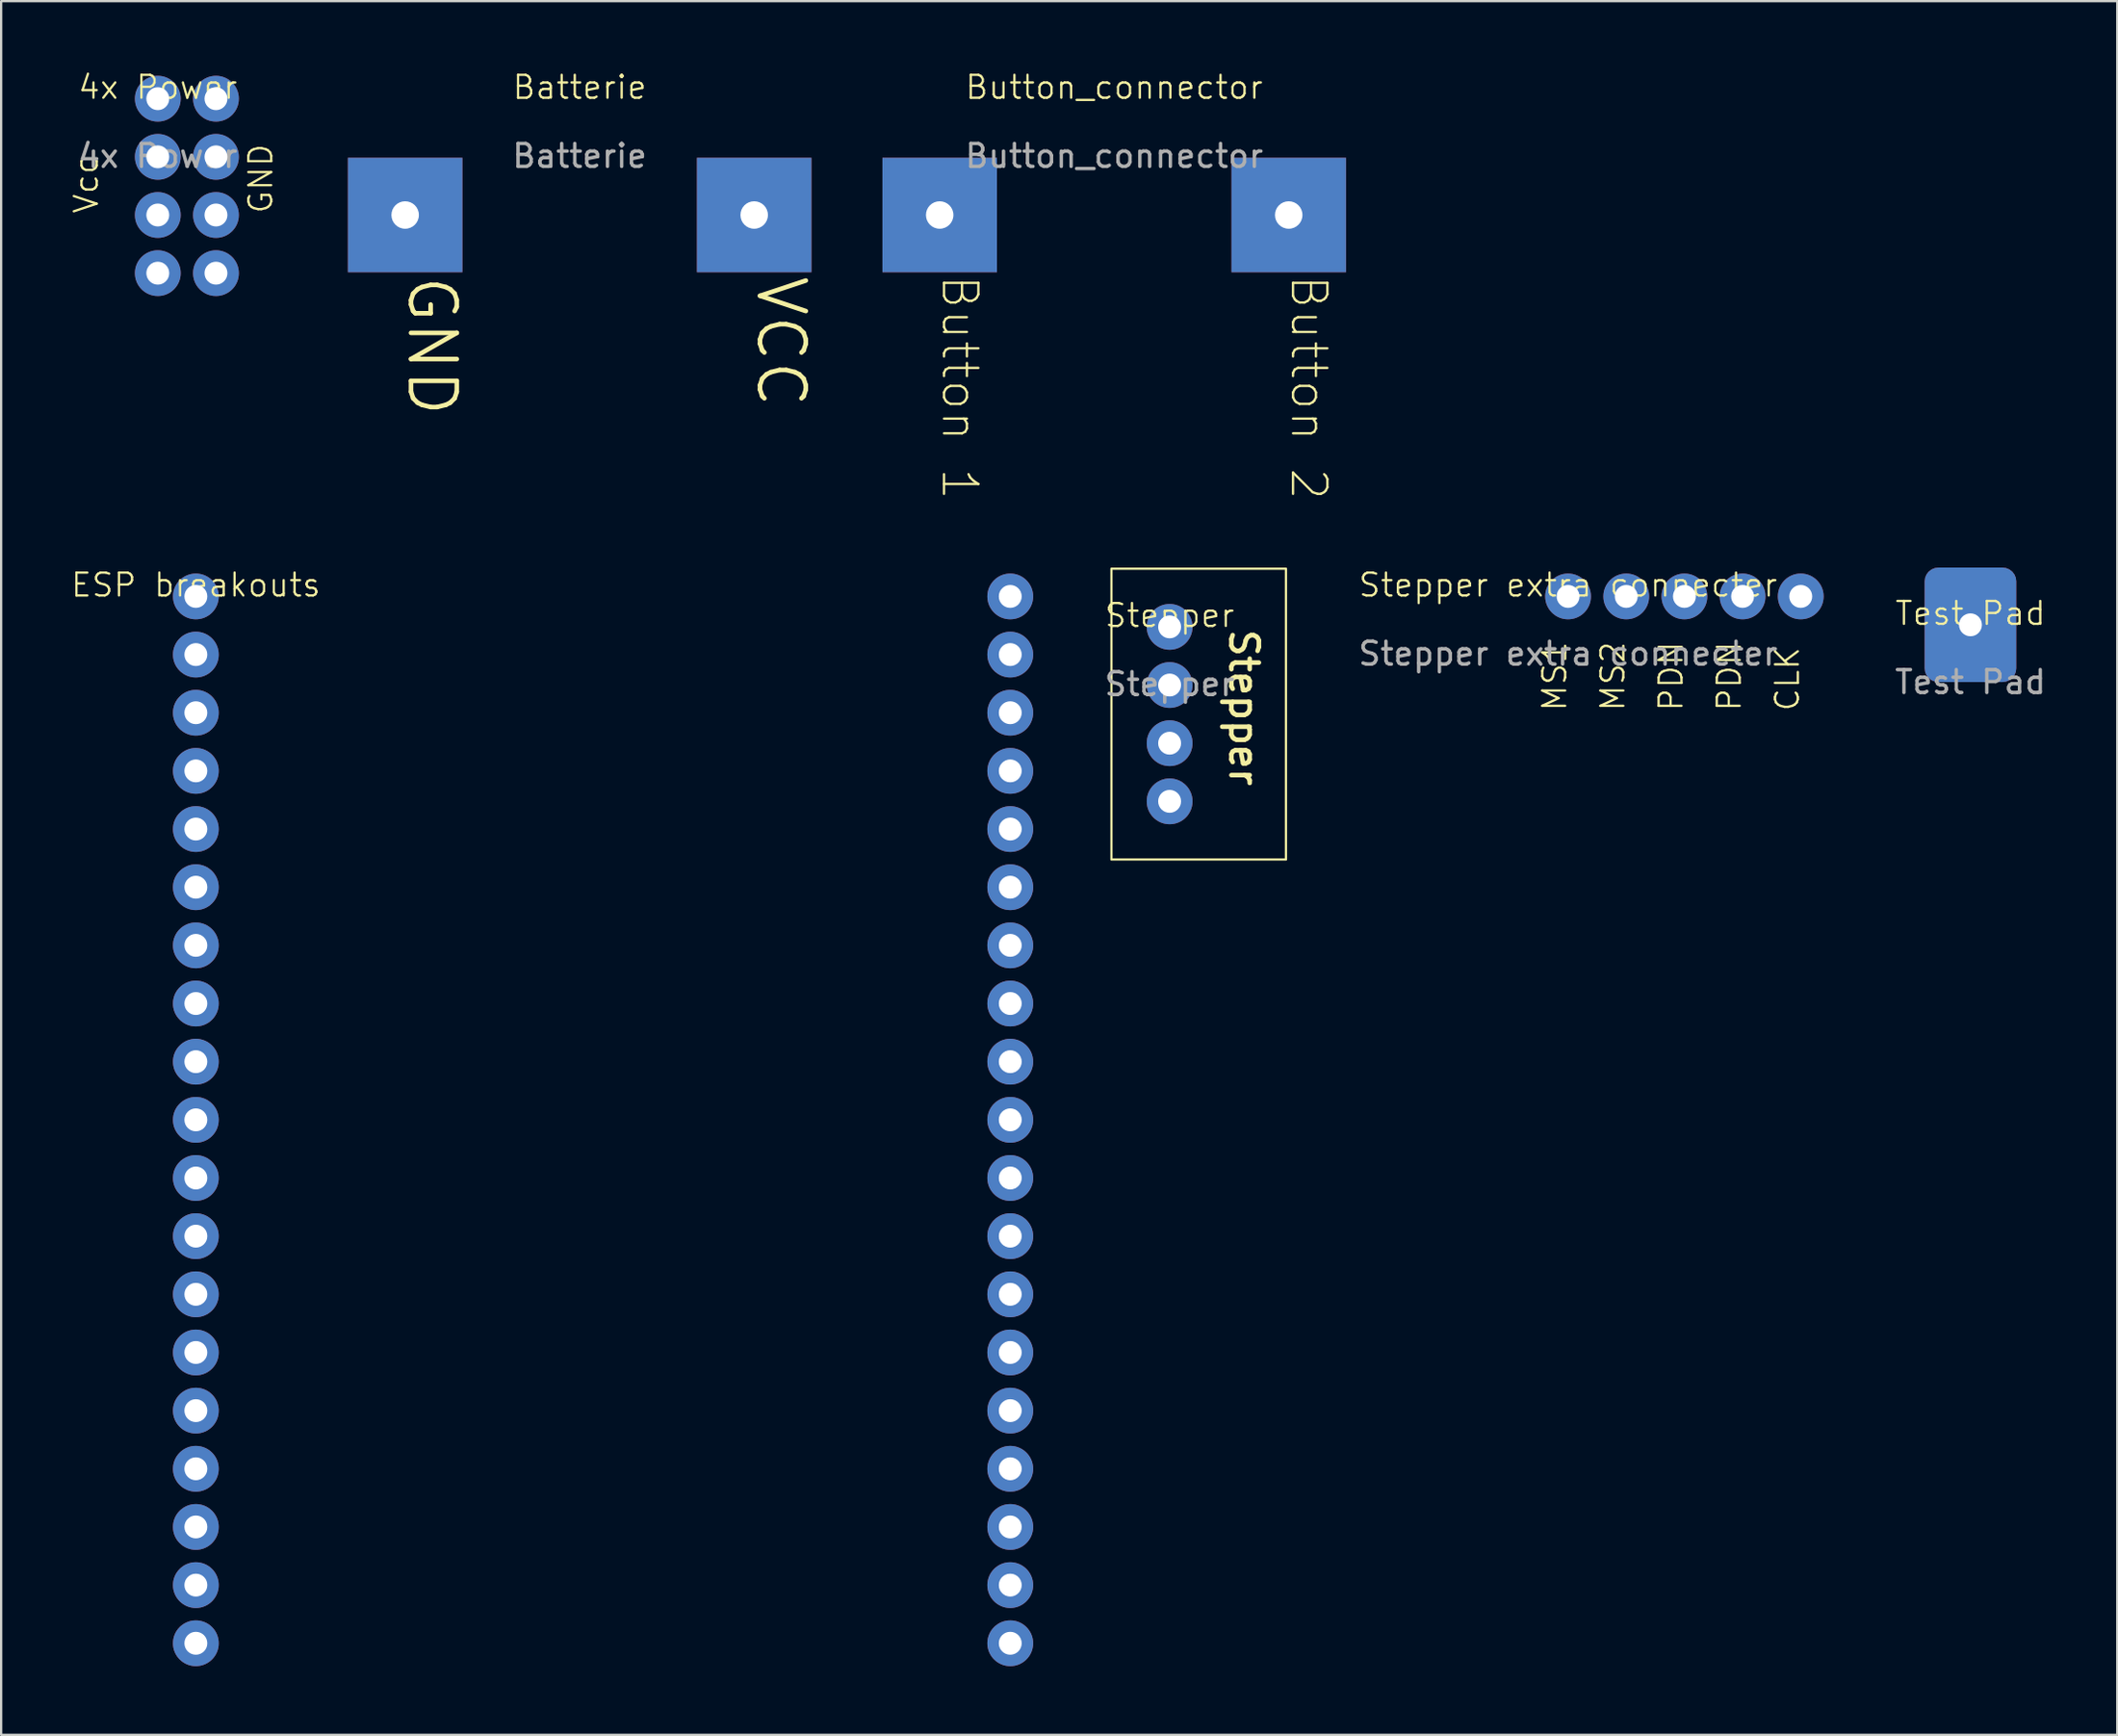
<source format=kicad_pcb>
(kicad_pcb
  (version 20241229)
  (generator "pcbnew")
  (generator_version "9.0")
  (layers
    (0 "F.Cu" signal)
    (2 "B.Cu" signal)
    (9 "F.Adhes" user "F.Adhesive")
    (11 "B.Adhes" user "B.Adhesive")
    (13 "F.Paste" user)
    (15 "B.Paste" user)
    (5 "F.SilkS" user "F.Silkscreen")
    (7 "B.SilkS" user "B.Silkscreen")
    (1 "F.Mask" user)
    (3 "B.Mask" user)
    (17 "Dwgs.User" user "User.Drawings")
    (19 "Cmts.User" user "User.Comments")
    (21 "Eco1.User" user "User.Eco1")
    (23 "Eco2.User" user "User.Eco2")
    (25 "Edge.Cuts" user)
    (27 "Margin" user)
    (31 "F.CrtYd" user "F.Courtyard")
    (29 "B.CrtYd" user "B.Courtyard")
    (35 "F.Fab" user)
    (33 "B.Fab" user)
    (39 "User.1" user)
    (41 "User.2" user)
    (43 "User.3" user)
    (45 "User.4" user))
  (footprint "Stepper extra connecter"
    (layer "F.Cu")
    (at 65.419 22.998)
    (property "Reference" "Stepper extra connecter" (at 0 -0.5 0) (unlocked yes) (layer "F.SilkS") (effects (font (size 1 1) (thickness 0.1))))
    (attr through_hole)
    (fp_text user "CLK" (at 10.16 5.08 90) (unlocked yes) (layer "F.SilkS") (effects (font (size 1 1) (thickness 0.1)) (justify left bottom)))
    (fp_text user "MS2" (at 2.54 5.08 90) (unlocked yes) (layer "F.SilkS") (effects (font (size 1 1) (thickness 0.1)) (justify left bottom)))
    (fp_text user "MS1" (at 0 5.08 90) (unlocked yes) (layer "F.SilkS") (effects (font (size 1 1) (thickness 0.1)) (justify left bottom)))
    (fp_text user "PDN" (at 7.62 5.08 90) (unlocked yes) (layer "F.SilkS") (effects (font (size 1 1) (thickness 0.1)) (justify left bottom)))
    (fp_text user "PDN" (at 5.08 5.08 90) (unlocked yes) (layer "F.SilkS") (effects (font (size 1 1) (thickness 0.1)) (justify left bottom)))
    (fp_text user "${REFERENCE}" (at 0 2.5 0) (unlocked yes) (layer "F.Fab") (effects (font (size 1 1) (thickness 0.15))))
    (pad "1" thru_hole circle (at 0 0) (size 2 2) (drill 1) (layers "*.Cu" "*.Mask"))
    (pad "2" thru_hole circle (at 2.54 0) (size 2 2) (drill 1) (layers "*.Cu" "*.Mask"))
    (pad "3" thru_hole circle (at 5.08 0) (size 2 2) (drill 1) (layers "*.Cu" "*.Mask"))
    (pad "4" thru_hole circle (at 7.62 0) (size 2 2) (drill 1) (layers "*.Cu" "*.Mask"))
    (pad "5" thru_hole circle (at 10.16 0) (size 2 2) (drill 1) (layers "*.Cu" "*.Mask")))
  (footprint "Button_connector"
    (layer "F.Cu")
    (at 45.601 1.26)
    (property "Reference" "Button_connector" (at 0 -0.5 0) (unlocked yes) (layer "F.SilkS") (effects (font (size 1 1) (thickness 0.1))))
    (attr through_hole)
    (fp_text user "Button 1" (at -7.62 7.62 270) (unlocked yes) (layer "F.SilkS") (effects (font (size 1.5 1.5) (thickness 0.1)) (justify left bottom)))
    (fp_text user "Button 2" (at 7.62 7.62 270) (unlocked yes) (layer "F.SilkS") (effects (font (size 1.5 1.5) (thickness 0.1)) (justify left bottom)))
    (fp_text user "${REFERENCE}" (at 0 2.5 0) (unlocked yes) (layer "F.Fab") (effects (font (size 1 1) (thickness 0.15))))
    (pad "1" thru_hole rect (at -7.62 5.08) (size 5 5) (drill 1.2) (layers "*.Cu" "*.Mask"))
    (pad "2" thru_hole rect (at 7.62 5.08) (size 5 5) (drill 1.2) (layers "*.Cu" "*.Mask")))
  (footprint "ESP breakouts"
    (layer "F.Cu")
    (at 5.502 22.998)
    (property "Reference" "ESP breakouts" (at 0 -0.5 0) (unlocked yes) (layer "F.SilkS") (effects (font (size 1 1) (thickness 0.1))))
    (attr through_hole)
    (pad "1" thru_hole circle (at 0 0) (size 2 2) (drill 1) (layers "*.Cu" "*.Mask"))
    (pad "2" thru_hole circle (at 0 2.54) (size 2 2) (drill 1) (layers "*.Cu" "*.Mask"))
    (pad "3" thru_hole circle (at 0 5.08) (size 2 2) (drill 1) (layers "*.Cu" "*.Mask"))
    (pad "4" thru_hole circle (at 0 7.62) (size 2 2) (drill 1) (layers "*.Cu" "*.Mask"))
    (pad "5" thru_hole circle (at 0 10.16) (size 2 2) (drill 1) (layers "*.Cu" "*.Mask"))
    (pad "6" thru_hole circle (at 0 12.7) (size 2 2) (drill 1) (layers "*.Cu" "*.Mask"))
    (pad "7" thru_hole circle (at 0 15.24) (size 2 2) (drill 1) (layers "*.Cu" "*.Mask"))
    (pad "8" thru_hole circle (at 0 17.78) (size 2 2) (drill 1) (layers "*.Cu" "*.Mask"))
    (pad "9" thru_hole circle (at 0 20.32) (size 2 2) (drill 1) (layers "*.Cu" "*.Mask"))
    (pad "10" thru_hole circle (at 0 22.86) (size 2 2) (drill 1) (layers "*.Cu" "*.Mask"))
    (pad "11" thru_hole circle (at 0 25.4) (size 2 2) (drill 1) (layers "*.Cu" "*.Mask"))
    (pad "12" thru_hole circle (at 0 27.94) (size 2 2) (drill 1) (layers "*.Cu" "*.Mask"))
    (pad "13" thru_hole circle (at 0 30.48) (size 2 2) (drill 1) (layers "*.Cu" "*.Mask"))
    (pad "14" thru_hole circle (at 0 33.02) (size 2 2) (drill 1) (layers "*.Cu" "*.Mask"))
    (pad "15" thru_hole circle (at 0 35.56) (size 2 2) (drill 1) (layers "*.Cu" "*.Mask"))
    (pad "16" thru_hole circle (at 0 38.1) (size 2 2) (drill 1) (layers "*.Cu" "*.Mask"))
    (pad "17" thru_hole circle (at 0 40.64) (size 2 2) (drill 1) (layers "*.Cu" "*.Mask"))
    (pad "18" thru_hole circle (at 0 43.18) (size 2 2) (drill 1) (layers "*.Cu" "*.Mask"))
    (pad "19" thru_hole circle (at 0 45.72) (size 2 2) (drill 1) (layers "*.Cu" "*.Mask"))
    (pad "20" thru_hole circle (at 35.56 0) (size 2 2) (drill 1) (layers "*.Cu" "*.Mask"))
    (pad "21" thru_hole circle (at 35.56 2.54) (size 2 2) (drill 1) (layers "*.Cu" "*.Mask"))
    (pad "22" thru_hole circle (at 35.56 5.08) (size 2 2) (drill 1) (layers "*.Cu" "*.Mask"))
    (pad "23" thru_hole circle (at 35.56 7.62) (size 2 2) (drill 1) (layers "*.Cu" "*.Mask"))
    (pad "24" thru_hole circle (at 35.56 10.16) (size 2 2) (drill 1) (layers "*.Cu" "*.Mask"))
    (pad "25" thru_hole circle (at 35.56 12.7) (size 2 2) (drill 1) (layers "*.Cu" "*.Mask"))
    (pad "26" thru_hole circle (at 35.56 15.24) (size 2 2) (drill 1) (layers "*.Cu" "*.Mask"))
    (pad "27" thru_hole circle (at 35.56 17.78) (size 2 2) (drill 1) (layers "*.Cu" "*.Mask"))
    (pad "28" thru_hole circle (at 35.56 20.32) (size 2 2) (drill 1) (layers "*.Cu" "*.Mask"))
    (pad "29" thru_hole circle (at 35.56 22.86) (size 2 2) (drill 1) (layers "*.Cu" "*.Mask"))
    (pad "30" thru_hole circle (at 35.56 25.4) (size 2 2) (drill 1) (layers "*.Cu" "*.Mask"))
    (pad "31" thru_hole circle (at 35.56 27.94) (size 2 2) (drill 1) (layers "*.Cu" "*.Mask"))
    (pad "32" thru_hole circle (at 35.56 30.48) (size 2 2) (drill 1) (layers "*.Cu" "*.Mask"))
    (pad "33" thru_hole circle (at 35.56 33.02) (size 2 2) (drill 1) (layers "*.Cu" "*.Mask"))
    (pad "34" thru_hole circle (at 35.56 35.56) (size 2 2) (drill 1) (layers "*.Cu" "*.Mask"))
    (pad "35" thru_hole circle (at 35.56 38.1) (size 2 2) (drill 1) (layers "*.Cu" "*.Mask"))
    (pad "36" thru_hole circle (at 35.56 40.64) (size 2 2) (drill 1) (layers "*.Cu" "*.Mask"))
    (pad "37" thru_hole circle (at 35.56 43.18) (size 2 2) (drill 1) (layers "*.Cu" "*.Mask"))
    (pad "38" thru_hole circle (at 35.56 45.72) (size 2 2) (drill 1) (layers "*.Cu" "*.Mask")))
  (footprint "Stepper"
    (layer "F.Cu")
    (at 48.021 24.328)
    (property "Reference" "Stepper" (at 0 -0.5 0) (unlocked yes) (layer "F.SilkS") (effects (font (size 1 1) (thickness 0.1))))
    (attr through_hole)
    (fp_rect (start -2.54 -2.54) (end 5.08 10.16) (stroke (width 0.1) (type default)) (fill no) (layer "F.SilkS"))
    (fp_text user "Stepper" (at 2.54 0 270) (unlocked yes) (layer "F.SilkS") (effects (font (size 1.2 1.2) (thickness 0.2) (bold yes)) (justify left bottom)))
    (fp_text user "${REFERENCE}" (at 0 2.5 0) (unlocked yes) (layer "F.Fab") (effects (font (size 1 1) (thickness 0.15))))
    (pad "1" thru_hole circle (at 0 0) (size 2 2) (drill 1) (layers "*.Cu" "*.Mask"))
    (pad "2" thru_hole circle (at 0 2.54) (size 2 2) (drill 1) (layers "*.Cu" "*.Mask"))
    (pad "3" thru_hole circle (at 0 5.08) (size 2 2) (drill 1) (layers "*.Cu" "*.Mask"))
    (pad "4" thru_hole circle (at 0 7.62) (size 2 2) (drill 1) (layers "*.Cu" "*.Mask")))
  (footprint "Batterie"
    (layer "F.Cu")
    (at 22.261 1.26)
    (property "Reference" "Batterie" (at 0 -0.5 0) (unlocked yes) (layer "F.SilkS") (effects (font (size 1 1) (thickness 0.1))))
    (attr through_hole)
    (fp_text user "GND" (at -7.62 7.62 270) (unlocked yes) (layer "F.SilkS") (effects (font (size 2 2) (thickness 0.2)) (justify left bottom)))
    (fp_text user "VCC" (at 7.62 7.62 270) (unlocked yes) (layer "F.SilkS") (effects (font (size 2 2) (thickness 0.2)) (justify left bottom)))
    (fp_text user "${REFERENCE}" (at 0 2.5 0) (unlocked yes) (layer "F.Fab") (effects (font (size 1 1) (thickness 0.15))))
    (pad "1" thru_hole rect (at -7.62 5.08) (size 5 5) (drill 1.2) (layers "*.Cu" "*.Mask"))
    (pad "2" thru_hole rect (at 7.62 5.08) (size 5 5) (drill 1.2) (layers "*.Cu" "*.Mask")))
  (footprint "4x Power"
    (layer "F.Cu")
    (at 3.84 1.26)
    (property "Reference" "4x Power" (at 0 -0.5 0) (unlocked yes) (layer "F.SilkS") (effects (font (size 1 1) (thickness 0.1))))
    (attr through_hole)
    (fp_text user "Vcc" (at -2.54 5.08 90) (unlocked yes) (layer "F.SilkS") (effects (font (size 1 1) (thickness 0.1)) (justify left bottom)))
    (fp_text user "GND" (at 5.08 5.08 90) (unlocked yes) (layer "F.SilkS") (effects (font (size 1 1) (thickness 0.1)) (justify left bottom)))
    (fp_text user "${REFERENCE}" (at 0 2.5 0) (unlocked yes) (layer "F.Fab") (effects (font (size 1 1) (thickness 0.15))))
    (pad "1" thru_hole circle (at 0 0) (size 2 2) (drill 1) (layers "*.Cu" "*.Mask"))
    (pad "2" thru_hole circle (at 0 2.54) (size 2 2) (drill 1) (layers "*.Cu" "*.Mask"))
    (pad "3" thru_hole circle (at 0 5.08) (size 2 2) (drill 1) (layers "*.Cu" "*.Mask"))
    (pad "4" thru_hole circle (at 0 7.62) (size 2 2) (drill 1) (layers "*.Cu" "*.Mask"))
    (pad "5" thru_hole circle (at 2.54 0) (size 2 2) (drill 1) (layers "*.Cu" "*.Mask"))
    (pad "6" thru_hole circle (at 2.54 2.54) (size 2 2) (drill 1) (layers "*.Cu" "*.Mask"))
    (pad "7" thru_hole circle (at 2.54 5.08) (size 2 2) (drill 1) (layers "*.Cu" "*.Mask"))
    (pad "8" thru_hole circle (at 2.54 7.62) (size 2 2) (drill 1) (layers "*.Cu" "*.Mask")))
  (footprint "Test Pad"
    (layer "F.Cu")
    (at 82.989 24.238)
    (property "Reference" "Test Pad" (at 0 -0.5 0) (unlocked yes) (layer "F.SilkS") (effects (font (size 1 1) (thickness 0.1))))
    (attr through_hole)
    (fp_text user "${REFERENCE}" (at 0 2.5 0) (unlocked yes) (layer "F.Fab") (effects (font (size 1 1) (thickness 0.15))))
    (pad "1" thru_hole roundrect (at 0 0) (size 4 5) (drill 1) (layers "*.Cu" "*.Mask") (roundrect_rratio 0.15)))
  (gr_rect
    (start -3 -3)
    (end 89.4 72.718)
    (stroke (width 0.1) (type default))
    (fill no)
    (layer "Edge.Cuts")))
</source>
